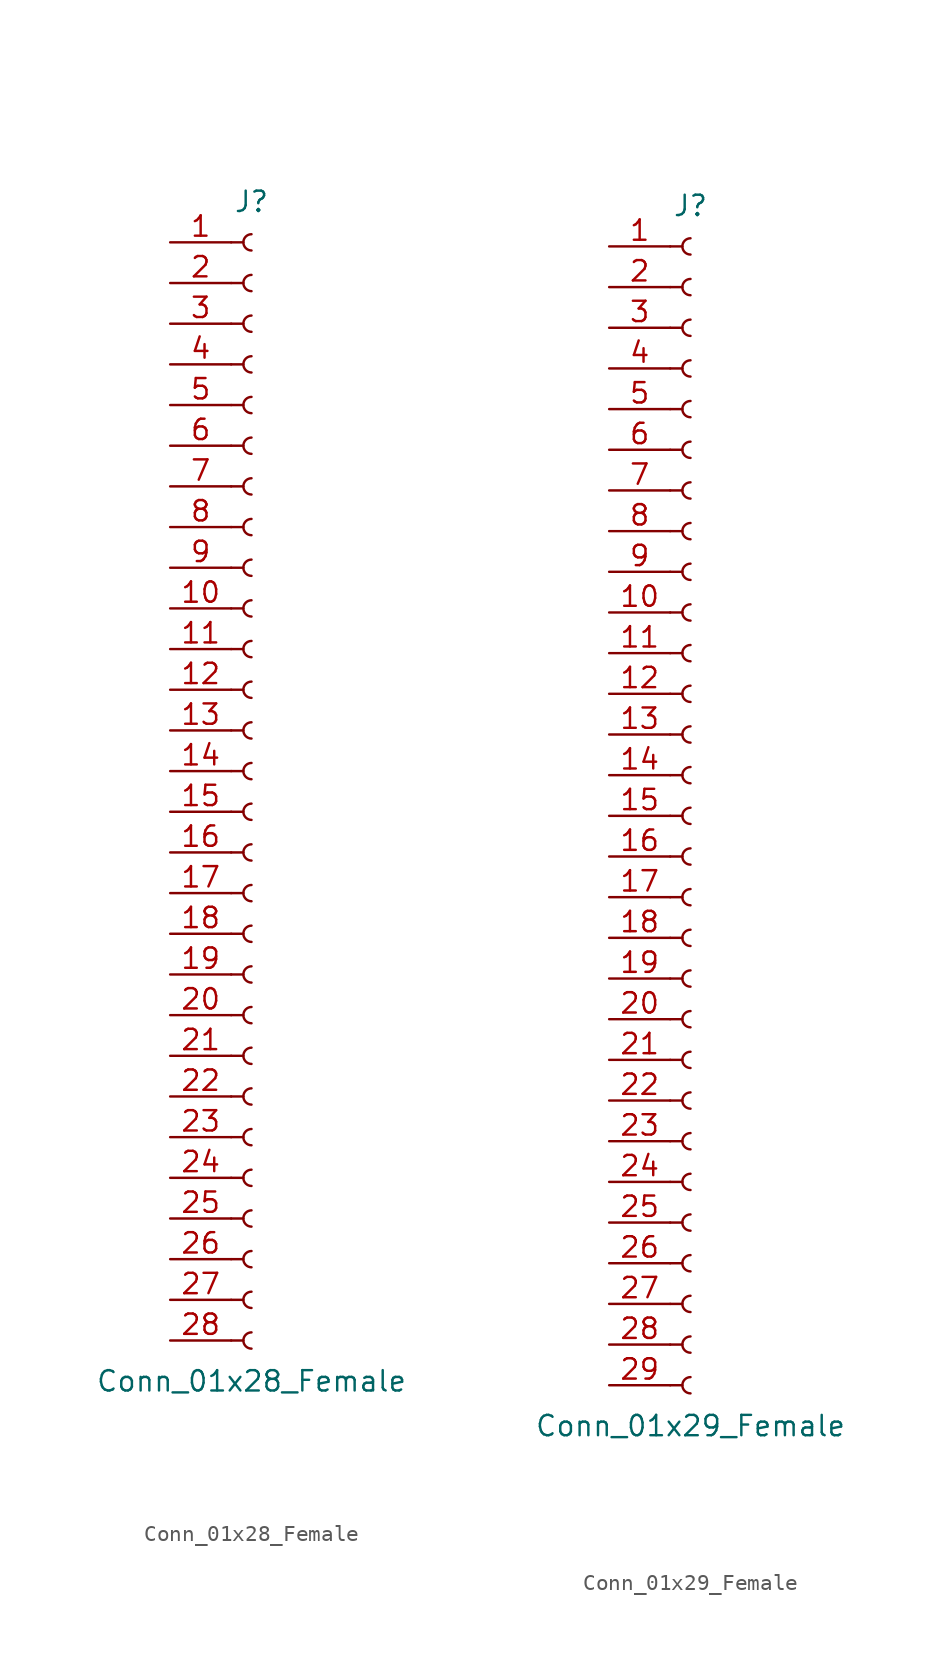
<source format=kicad_sym>
(kicad_symbol_lib
  (version 20211014)
  (generator kicad_symbol_editor)
  (symbol "Conn_01x28_Female"
    (pin_names
      (offset 1.016) hide)
    (property "Reference" "J"
      (at 0 35.56 0)
      (effects (font (size 1.27 1.27))))
    (property "Value" "Conn_01x28_Female"
      (at 0 -38.1 0)
      (effects (font (size 1.27 1.27))))
    (symbol "Conn_01x28_Female_1_1"
      (arc (start 0 -35.052) (mid -0.508 -35.56) (end 0 -36.068) (stroke (width 0.1524) (type default) (color 0 0 0 0)) (fill (type none)))
      (arc (start 0 -32.512) (mid -0.508 -33.02) (end 0 -33.528) (stroke (width 0.1524) (type default) (color 0 0 0 0)) (fill (type none)))
      (arc (start 0 -29.972) (mid -0.508 -30.48) (end 0 -30.988) (stroke (width 0.1524) (type default) (color 0 0 0 0)) (fill (type none)))
      (arc (start 0 -27.432) (mid -0.508 -27.94) (end 0 -28.448) (stroke (width 0.1524) (type default) (color 0 0 0 0)) (fill (type none)))
      (arc (start 0 -24.892) (mid -0.508 -25.4) (end 0 -25.908) (stroke (width 0.1524) (type default) (color 0 0 0 0)) (fill (type none)))
      (arc (start 0 -22.352) (mid -0.508 -22.86) (end 0 -23.368) (stroke (width 0.1524) (type default) (color 0 0 0 0)) (fill (type none)))
      (arc (start 0 -19.812) (mid -0.508 -20.32) (end 0 -20.828) (stroke (width 0.1524) (type default) (color 0 0 0 0)) (fill (type none)))
      (arc (start 0 -17.272) (mid -0.508 -17.78) (end 0 -18.288) (stroke (width 0.1524) (type default) (color 0 0 0 0)) (fill (type none)))
      (arc (start 0 -14.732) (mid -0.508 -15.24) (end 0 -15.748) (stroke (width 0.1524) (type default) (color 0 0 0 0)) (fill (type none)))
      (arc (start 0 -12.192) (mid -0.508 -12.7) (end 0 -13.208) (stroke (width 0.1524) (type default) (color 0 0 0 0)) (fill (type none)))
      (arc (start 0 -9.652) (mid -0.508 -10.16) (end 0 -10.668) (stroke (width 0.1524) (type default) (color 0 0 0 0)) (fill (type none)))
      (arc (start 0 -7.112) (mid -0.508 -7.62) (end 0 -8.128) (stroke (width 0.1524) (type default) (color 0 0 0 0)) (fill (type none)))
      (arc (start 0 -4.572) (mid -0.508 -5.08) (end 0 -5.588) (stroke (width 0.1524) (type default) (color 0 0 0 0)) (fill (type none)))
      (arc (start 0 -2.032) (mid -0.508 -2.54) (end 0 -3.048) (stroke (width 0.1524) (type default) (color 0 0 0 0)) (fill (type none)))
      (polyline (pts (xy -1.27 -35.56) (xy -0.508 -35.56)) (stroke (width 0.152) (type default) (color 0 0 0 0)) (fill (type none)))
      (polyline (pts (xy -1.27 -33.02) (xy -0.508 -33.02)) (stroke (width 0.152) (type default) (color 0 0 0 0)) (fill (type none)))
      (polyline (pts (xy -1.27 -30.48) (xy -0.508 -30.48)) (stroke (width 0.152) (type default) (color 0 0 0 0)) (fill (type none)))
      (polyline (pts (xy -1.27 -27.94) (xy -0.508 -27.94)) (stroke (width 0.152) (type default) (color 0 0 0 0)) (fill (type none)))
      (polyline (pts (xy -1.27 -25.4) (xy -0.508 -25.4)) (stroke (width 0.152) (type default) (color 0 0 0 0)) (fill (type none)))
      (polyline (pts (xy -1.27 -22.86) (xy -0.508 -22.86)) (stroke (width 0.152) (type default) (color 0 0 0 0)) (fill (type none)))
      (polyline (pts (xy -1.27 -20.32) (xy -0.508 -20.32)) (stroke (width 0.152) (type default) (color 0 0 0 0)) (fill (type none)))
      (polyline (pts (xy -1.27 -17.78) (xy -0.508 -17.78)) (stroke (width 0.152) (type default) (color 0 0 0 0)) (fill (type none)))
      (polyline (pts (xy -1.27 -15.24) (xy -0.508 -15.24)) (stroke (width 0.152) (type default) (color 0 0 0 0)) (fill (type none)))
      (polyline (pts (xy -1.27 -12.7) (xy -0.508 -12.7)) (stroke (width 0.152) (type default) (color 0 0 0 0)) (fill (type none)))
      (polyline (pts (xy -1.27 -10.16) (xy -0.508 -10.16)) (stroke (width 0.152) (type default) (color 0 0 0 0)) (fill (type none)))
      (polyline (pts (xy -1.27 -7.62) (xy -0.508 -7.62)) (stroke (width 0.152) (type default) (color 0 0 0 0)) (fill (type none)))
      (polyline (pts (xy -1.27 -5.08) (xy -0.508 -5.08)) (stroke (width 0.152) (type default) (color 0 0 0 0)) (fill (type none)))
      (polyline (pts (xy -1.27 -2.54) (xy -0.508 -2.54)) (stroke (width 0.152) (type default) (color 0 0 0 0)) (fill (type none)))
      (polyline (pts (xy -1.27 0) (xy -0.508 0)) (stroke (width 0.152) (type default) (color 0 0 0 0)) (fill (type none)))
      (polyline (pts (xy -1.27 2.54) (xy -0.508 2.54)) (stroke (width 0.152) (type default) (color 0 0 0 0)) (fill (type none)))
      (polyline (pts (xy -1.27 5.08) (xy -0.508 5.08)) (stroke (width 0.152) (type default) (color 0 0 0 0)) (fill (type none)))
      (polyline (pts (xy -1.27 7.62) (xy -0.508 7.62)) (stroke (width 0.152) (type default) (color 0 0 0 0)) (fill (type none)))
      (polyline (pts (xy -1.27 10.16) (xy -0.508 10.16)) (stroke (width 0.152) (type default) (color 0 0 0 0)) (fill (type none)))
      (polyline (pts (xy -1.27 12.7) (xy -0.508 12.7)) (stroke (width 0.152) (type default) (color 0 0 0 0)) (fill (type none)))
      (polyline (pts (xy -1.27 15.24) (xy -0.508 15.24)) (stroke (width 0.152) (type default) (color 0 0 0 0)) (fill (type none)))
      (polyline (pts (xy -1.27 17.78) (xy -0.508 17.78)) (stroke (width 0.152) (type default) (color 0 0 0 0)) (fill (type none)))
      (polyline (pts (xy -1.27 20.32) (xy -0.508 20.32)) (stroke (width 0.152) (type default) (color 0 0 0 0)) (fill (type none)))
      (polyline (pts (xy -1.27 22.86) (xy -0.508 22.86)) (stroke (width 0.152) (type default) (color 0 0 0 0)) (fill (type none)))
      (polyline (pts (xy -1.27 25.4) (xy -0.508 25.4)) (stroke (width 0.152) (type default) (color 0 0 0 0)) (fill (type none)))
      (polyline (pts (xy -1.27 27.94) (xy -0.508 27.94)) (stroke (width 0.152) (type default) (color 0 0 0 0)) (fill (type none)))
      (polyline (pts (xy -1.27 30.48) (xy -0.508 30.48)) (stroke (width 0.152) (type default) (color 0 0 0 0)) (fill (type none)))
      (polyline (pts (xy -1.27 33.02) (xy -0.508 33.02)) (stroke (width 0.152) (type default) (color 0 0 0 0)) (fill (type none)))
      (arc (start 0 0.508) (mid -0.508 0) (end 0 -0.508) (stroke (width 0.1524) (type default) (color 0 0 0 0)) (fill (type none)))
      (arc (start 0 3.048) (mid -0.508 2.54) (end 0 2.032) (stroke (width 0.1524) (type default) (color 0 0 0 0)) (fill (type none)))
      (arc (start 0 5.588) (mid -0.508 5.08) (end 0 4.572) (stroke (width 0.1524) (type default) (color 0 0 0 0)) (fill (type none)))
      (arc (start 0 8.128) (mid -0.508 7.62) (end 0 7.112) (stroke (width 0.1524) (type default) (color 0 0 0 0)) (fill (type none)))
      (arc (start 0 10.668) (mid -0.508 10.16) (end 0 9.652) (stroke (width 0.1524) (type default) (color 0 0 0 0)) (fill (type none)))
      (arc (start 0 13.208) (mid -0.508 12.7) (end 0 12.192) (stroke (width 0.1524) (type default) (color 0 0 0 0)) (fill (type none)))
      (arc (start 0 15.748) (mid -0.508 15.24) (end 0 14.732) (stroke (width 0.1524) (type default) (color 0 0 0 0)) (fill (type none)))
      (arc (start 0 18.288) (mid -0.508 17.78) (end 0 17.272) (stroke (width 0.1524) (type default) (color 0 0 0 0)) (fill (type none)))
      (arc (start 0 20.828) (mid -0.508 20.32) (end 0 19.812) (stroke (width 0.1524) (type default) (color 0 0 0 0)) (fill (type none)))
      (arc (start 0 23.368) (mid -0.508 22.86) (end 0 22.352) (stroke (width 0.1524) (type default) (color 0 0 0 0)) (fill (type none)))
      (arc (start 0 25.908) (mid -0.508 25.4) (end 0 24.892) (stroke (width 0.1524) (type default) (color 0 0 0 0)) (fill (type none)))
      (arc (start 0 28.448) (mid -0.508 27.94) (end 0 27.432) (stroke (width 0.1524) (type default) (color 0 0 0 0)) (fill (type none)))
      (arc (start 0 30.988) (mid -0.508 30.48) (end 0 29.972) (stroke (width 0.1524) (type default) (color 0 0 0 0)) (fill (type none)))
      (arc (start 0 33.528) (mid -0.508 33.02) (end 0 32.512) (stroke (width 0.1524) (type default) (color 0 0 0 0)) (fill (type none)))
      (pin passive line (at -5.08 33.02 0) (length 3.81) (name "Pin_1" (effects (font (size 1.27 1.27)))) (number "1" (effects (font (size 1.27 1.27)))))
      (pin passive line (at -5.08 10.16 0) (length 3.81) (name "Pin_10" (effects (font (size 1.27 1.27)))) (number "10" (effects (font (size 1.27 1.27)))))
      (pin passive line (at -5.08 7.62 0) (length 3.81) (name "Pin_11" (effects (font (size 1.27 1.27)))) (number "11" (effects (font (size 1.27 1.27)))))
      (pin passive line (at -5.08 5.08 0) (length 3.81) (name "Pin_12" (effects (font (size 1.27 1.27)))) (number "12" (effects (font (size 1.27 1.27)))))
      (pin passive line (at -5.08 2.54 0) (length 3.81) (name "Pin_13" (effects (font (size 1.27 1.27)))) (number "13" (effects (font (size 1.27 1.27)))))
      (pin passive line (at -5.08 0 0) (length 3.81) (name "Pin_14" (effects (font (size 1.27 1.27)))) (number "14" (effects (font (size 1.27 1.27)))))
      (pin passive line (at -5.08 -2.54 0) (length 3.81) (name "Pin_15" (effects (font (size 1.27 1.27)))) (number "15" (effects (font (size 1.27 1.27)))))
      (pin passive line (at -5.08 -5.08 0) (length 3.81) (name "Pin_16" (effects (font (size 1.27 1.27)))) (number "16" (effects (font (size 1.27 1.27)))))
      (pin passive line (at -5.08 -7.62 0) (length 3.81) (name "Pin_17" (effects (font (size 1.27 1.27)))) (number "17" (effects (font (size 1.27 1.27)))))
      (pin passive line (at -5.08 -10.16 0) (length 3.81) (name "Pin_18" (effects (font (size 1.27 1.27)))) (number "18" (effects (font (size 1.27 1.27)))))
      (pin passive line (at -5.08 -12.7 0) (length 3.81) (name "Pin_19" (effects (font (size 1.27 1.27)))) (number "19" (effects (font (size 1.27 1.27)))))
      (pin passive line (at -5.08 30.48 0) (length 3.81) (name "Pin_2" (effects (font (size 1.27 1.27)))) (number "2" (effects (font (size 1.27 1.27)))))
      (pin passive line (at -5.08 -15.24 0) (length 3.81) (name "Pin_20" (effects (font (size 1.27 1.27)))) (number "20" (effects (font (size 1.27 1.27)))))
      (pin passive line (at -5.08 -17.78 0) (length 3.81) (name "Pin_21" (effects (font (size 1.27 1.27)))) (number "21" (effects (font (size 1.27 1.27)))))
      (pin passive line (at -5.08 -20.32 0) (length 3.81) (name "Pin_22" (effects (font (size 1.27 1.27)))) (number "22" (effects (font (size 1.27 1.27)))))
      (pin passive line (at -5.08 -22.86 0) (length 3.81) (name "Pin_23" (effects (font (size 1.27 1.27)))) (number "23" (effects (font (size 1.27 1.27)))))
      (pin passive line (at -5.08 -25.4 0) (length 3.81) (name "Pin_24" (effects (font (size 1.27 1.27)))) (number "24" (effects (font (size 1.27 1.27)))))
      (pin passive line (at -5.08 -27.94 0) (length 3.81) (name "Pin_25" (effects (font (size 1.27 1.27)))) (number "25" (effects (font (size 1.27 1.27)))))
      (pin passive line (at -5.08 -30.48 0) (length 3.81) (name "Pin_26" (effects (font (size 1.27 1.27)))) (number "26" (effects (font (size 1.27 1.27)))))
      (pin passive line (at -5.08 -33.02 0) (length 3.81) (name "Pin_27" (effects (font (size 1.27 1.27)))) (number "27" (effects (font (size 1.27 1.27)))))
      (pin passive line (at -5.08 -35.56 0) (length 3.81) (name "Pin_28" (effects (font (size 1.27 1.27)))) (number "28" (effects (font (size 1.27 1.27)))))
      (pin passive line (at -5.08 27.94 0) (length 3.81) (name "Pin_3" (effects (font (size 1.27 1.27)))) (number "3" (effects (font (size 1.27 1.27)))))
      (pin passive line (at -5.08 25.4 0) (length 3.81) (name "Pin_4" (effects (font (size 1.27 1.27)))) (number "4" (effects (font (size 1.27 1.27)))))
      (pin passive line (at -5.08 22.86 0) (length 3.81) (name "Pin_5" (effects (font (size 1.27 1.27)))) (number "5" (effects (font (size 1.27 1.27)))))
      (pin passive line (at -5.08 20.32 0) (length 3.81) (name "Pin_6" (effects (font (size 1.27 1.27)))) (number "6" (effects (font (size 1.27 1.27)))))
      (pin passive line (at -5.08 17.78 0) (length 3.81) (name "Pin_7" (effects (font (size 1.27 1.27)))) (number "7" (effects (font (size 1.27 1.27)))))
      (pin passive line (at -5.08 15.24 0) (length 3.81) (name "Pin_8" (effects (font (size 1.27 1.27)))) (number "8" (effects (font (size 1.27 1.27)))))
      (pin passive line (at -5.08 12.7 0) (length 3.81) (name "Pin_9" (effects (font (size 1.27 1.27)))) (number "9" (effects (font (size 1.27 1.27)))))))
  (symbol "Conn_01x29_Female"
    (pin_names
      (offset 1.016) hide)
    (property "Reference" "J"
      (at 0 38.1 0)
      (effects (font (size 1.27 1.27))))
    (property "Value" "Conn_01x29_Female"
      (at 0 -38.1 0)
      (effects (font (size 1.27 1.27))))
    (symbol "Conn_01x29_Female_1_1"
      (arc (start 0 -35.052) (mid -0.508 -35.56) (end 0 -36.068) (stroke (width 0.1524) (type default) (color 0 0 0 0)) (fill (type none)))
      (arc (start 0 -32.512) (mid -0.508 -33.02) (end 0 -33.528) (stroke (width 0.1524) (type default) (color 0 0 0 0)) (fill (type none)))
      (arc (start 0 -29.972) (mid -0.508 -30.48) (end 0 -30.988) (stroke (width 0.1524) (type default) (color 0 0 0 0)) (fill (type none)))
      (arc (start 0 -27.432) (mid -0.508 -27.94) (end 0 -28.448) (stroke (width 0.1524) (type default) (color 0 0 0 0)) (fill (type none)))
      (arc (start 0 -24.892) (mid -0.508 -25.4) (end 0 -25.908) (stroke (width 0.1524) (type default) (color 0 0 0 0)) (fill (type none)))
      (arc (start 0 -22.352) (mid -0.508 -22.86) (end 0 -23.368) (stroke (width 0.1524) (type default) (color 0 0 0 0)) (fill (type none)))
      (arc (start 0 -19.812) (mid -0.508 -20.32) (end 0 -20.828) (stroke (width 0.1524) (type default) (color 0 0 0 0)) (fill (type none)))
      (arc (start 0 -17.272) (mid -0.508 -17.78) (end 0 -18.288) (stroke (width 0.1524) (type default) (color 0 0 0 0)) (fill (type none)))
      (arc (start 0 -14.732) (mid -0.508 -15.24) (end 0 -15.748) (stroke (width 0.1524) (type default) (color 0 0 0 0)) (fill (type none)))
      (arc (start 0 -12.192) (mid -0.508 -12.7) (end 0 -13.208) (stroke (width 0.1524) (type default) (color 0 0 0 0)) (fill (type none)))
      (arc (start 0 -9.652) (mid -0.508 -10.16) (end 0 -10.668) (stroke (width 0.1524) (type default) (color 0 0 0 0)) (fill (type none)))
      (arc (start 0 -7.112) (mid -0.508 -7.62) (end 0 -8.128) (stroke (width 0.1524) (type default) (color 0 0 0 0)) (fill (type none)))
      (arc (start 0 -4.572) (mid -0.508 -5.08) (end 0 -5.588) (stroke (width 0.1524) (type default) (color 0 0 0 0)) (fill (type none)))
      (arc (start 0 -2.032) (mid -0.508 -2.54) (end 0 -3.048) (stroke (width 0.1524) (type default) (color 0 0 0 0)) (fill (type none)))
      (polyline (pts (xy -1.27 -35.56) (xy -0.508 -35.56)) (stroke (width 0.152) (type default) (color 0 0 0 0)) (fill (type none)))
      (polyline (pts (xy -1.27 -33.02) (xy -0.508 -33.02)) (stroke (width 0.152) (type default) (color 0 0 0 0)) (fill (type none)))
      (polyline (pts (xy -1.27 -30.48) (xy -0.508 -30.48)) (stroke (width 0.152) (type default) (color 0 0 0 0)) (fill (type none)))
      (polyline (pts (xy -1.27 -27.94) (xy -0.508 -27.94)) (stroke (width 0.152) (type default) (color 0 0 0 0)) (fill (type none)))
      (polyline (pts (xy -1.27 -25.4) (xy -0.508 -25.4)) (stroke (width 0.152) (type default) (color 0 0 0 0)) (fill (type none)))
      (polyline (pts (xy -1.27 -22.86) (xy -0.508 -22.86)) (stroke (width 0.152) (type default) (color 0 0 0 0)) (fill (type none)))
      (polyline (pts (xy -1.27 -20.32) (xy -0.508 -20.32)) (stroke (width 0.152) (type default) (color 0 0 0 0)) (fill (type none)))
      (polyline (pts (xy -1.27 -17.78) (xy -0.508 -17.78)) (stroke (width 0.152) (type default) (color 0 0 0 0)) (fill (type none)))
      (polyline (pts (xy -1.27 -15.24) (xy -0.508 -15.24)) (stroke (width 0.152) (type default) (color 0 0 0 0)) (fill (type none)))
      (polyline (pts (xy -1.27 -12.7) (xy -0.508 -12.7)) (stroke (width 0.152) (type default) (color 0 0 0 0)) (fill (type none)))
      (polyline (pts (xy -1.27 -10.16) (xy -0.508 -10.16)) (stroke (width 0.152) (type default) (color 0 0 0 0)) (fill (type none)))
      (polyline (pts (xy -1.27 -7.62) (xy -0.508 -7.62)) (stroke (width 0.152) (type default) (color 0 0 0 0)) (fill (type none)))
      (polyline (pts (xy -1.27 -5.08) (xy -0.508 -5.08)) (stroke (width 0.152) (type default) (color 0 0 0 0)) (fill (type none)))
      (polyline (pts (xy -1.27 -2.54) (xy -0.508 -2.54)) (stroke (width 0.152) (type default) (color 0 0 0 0)) (fill (type none)))
      (polyline (pts (xy -1.27 0) (xy -0.508 0)) (stroke (width 0.152) (type default) (color 0 0 0 0)) (fill (type none)))
      (polyline (pts (xy -1.27 2.54) (xy -0.508 2.54)) (stroke (width 0.152) (type default) (color 0 0 0 0)) (fill (type none)))
      (polyline (pts (xy -1.27 5.08) (xy -0.508 5.08)) (stroke (width 0.152) (type default) (color 0 0 0 0)) (fill (type none)))
      (polyline (pts (xy -1.27 7.62) (xy -0.508 7.62)) (stroke (width 0.152) (type default) (color 0 0 0 0)) (fill (type none)))
      (polyline (pts (xy -1.27 10.16) (xy -0.508 10.16)) (stroke (width 0.152) (type default) (color 0 0 0 0)) (fill (type none)))
      (polyline (pts (xy -1.27 12.7) (xy -0.508 12.7)) (stroke (width 0.152) (type default) (color 0 0 0 0)) (fill (type none)))
      (polyline (pts (xy -1.27 15.24) (xy -0.508 15.24)) (stroke (width 0.152) (type default) (color 0 0 0 0)) (fill (type none)))
      (polyline (pts (xy -1.27 17.78) (xy -0.508 17.78)) (stroke (width 0.152) (type default) (color 0 0 0 0)) (fill (type none)))
      (polyline (pts (xy -1.27 20.32) (xy -0.508 20.32)) (stroke (width 0.152) (type default) (color 0 0 0 0)) (fill (type none)))
      (polyline (pts (xy -1.27 22.86) (xy -0.508 22.86)) (stroke (width 0.152) (type default) (color 0 0 0 0)) (fill (type none)))
      (polyline (pts (xy -1.27 25.4) (xy -0.508 25.4)) (stroke (width 0.152) (type default) (color 0 0 0 0)) (fill (type none)))
      (polyline (pts (xy -1.27 27.94) (xy -0.508 27.94)) (stroke (width 0.152) (type default) (color 0 0 0 0)) (fill (type none)))
      (polyline (pts (xy -1.27 30.48) (xy -0.508 30.48)) (stroke (width 0.152) (type default) (color 0 0 0 0)) (fill (type none)))
      (polyline (pts (xy -1.27 33.02) (xy -0.508 33.02)) (stroke (width 0.152) (type default) (color 0 0 0 0)) (fill (type none)))
      (polyline (pts (xy -1.27 35.56) (xy -0.508 35.56)) (stroke (width 0.152) (type default) (color 0 0 0 0)) (fill (type none)))
      (arc (start 0 0.508) (mid -0.508 0) (end 0 -0.508) (stroke (width 0.1524) (type default) (color 0 0 0 0)) (fill (type none)))
      (arc (start 0 3.048) (mid -0.508 2.54) (end 0 2.032) (stroke (width 0.1524) (type default) (color 0 0 0 0)) (fill (type none)))
      (arc (start 0 5.588) (mid -0.508 5.08) (end 0 4.572) (stroke (width 0.1524) (type default) (color 0 0 0 0)) (fill (type none)))
      (arc (start 0 8.128) (mid -0.508 7.62) (end 0 7.112) (stroke (width 0.1524) (type default) (color 0 0 0 0)) (fill (type none)))
      (arc (start 0 10.668) (mid -0.508 10.16) (end 0 9.652) (stroke (width 0.1524) (type default) (color 0 0 0 0)) (fill (type none)))
      (arc (start 0 13.208) (mid -0.508 12.7) (end 0 12.192) (stroke (width 0.1524) (type default) (color 0 0 0 0)) (fill (type none)))
      (arc (start 0 15.748) (mid -0.508 15.24) (end 0 14.732) (stroke (width 0.1524) (type default) (color 0 0 0 0)) (fill (type none)))
      (arc (start 0 18.288) (mid -0.508 17.78) (end 0 17.272) (stroke (width 0.1524) (type default) (color 0 0 0 0)) (fill (type none)))
      (arc (start 0 20.828) (mid -0.508 20.32) (end 0 19.812) (stroke (width 0.1524) (type default) (color 0 0 0 0)) (fill (type none)))
      (arc (start 0 23.368) (mid -0.508 22.86) (end 0 22.352) (stroke (width 0.1524) (type default) (color 0 0 0 0)) (fill (type none)))
      (arc (start 0 25.908) (mid -0.508 25.4) (end 0 24.892) (stroke (width 0.1524) (type default) (color 0 0 0 0)) (fill (type none)))
      (arc (start 0 28.448) (mid -0.508 27.94) (end 0 27.432) (stroke (width 0.1524) (type default) (color 0 0 0 0)) (fill (type none)))
      (arc (start 0 30.988) (mid -0.508 30.48) (end 0 29.972) (stroke (width 0.1524) (type default) (color 0 0 0 0)) (fill (type none)))
      (arc (start 0 33.528) (mid -0.508 33.02) (end 0 32.512) (stroke (width 0.1524) (type default) (color 0 0 0 0)) (fill (type none)))
      (arc (start 0 36.068) (mid -0.508 35.56) (end 0 35.052) (stroke (width 0.1524) (type default) (color 0 0 0 0)) (fill (type none)))
      (pin passive line (at -5.08 35.56 0) (length 3.81) (name "Pin_1" (effects (font (size 1.27 1.27)))) (number "1" (effects (font (size 1.27 1.27)))))
      (pin passive line (at -5.08 12.7 0) (length 3.81) (name "Pin_10" (effects (font (size 1.27 1.27)))) (number "10" (effects (font (size 1.27 1.27)))))
      (pin passive line (at -5.08 10.16 0) (length 3.81) (name "Pin_11" (effects (font (size 1.27 1.27)))) (number "11" (effects (font (size 1.27 1.27)))))
      (pin passive line (at -5.08 7.62 0) (length 3.81) (name "Pin_12" (effects (font (size 1.27 1.27)))) (number "12" (effects (font (size 1.27 1.27)))))
      (pin passive line (at -5.08 5.08 0) (length 3.81) (name "Pin_13" (effects (font (size 1.27 1.27)))) (number "13" (effects (font (size 1.27 1.27)))))
      (pin passive line (at -5.08 2.54 0) (length 3.81) (name "Pin_14" (effects (font (size 1.27 1.27)))) (number "14" (effects (font (size 1.27 1.27)))))
      (pin passive line (at -5.08 0 0) (length 3.81) (name "Pin_15" (effects (font (size 1.27 1.27)))) (number "15" (effects (font (size 1.27 1.27)))))
      (pin passive line (at -5.08 -2.54 0) (length 3.81) (name "Pin_16" (effects (font (size 1.27 1.27)))) (number "16" (effects (font (size 1.27 1.27)))))
      (pin passive line (at -5.08 -5.08 0) (length 3.81) (name "Pin_17" (effects (font (size 1.27 1.27)))) (number "17" (effects (font (size 1.27 1.27)))))
      (pin passive line (at -5.08 -7.62 0) (length 3.81) (name "Pin_18" (effects (font (size 1.27 1.27)))) (number "18" (effects (font (size 1.27 1.27)))))
      (pin passive line (at -5.08 -10.16 0) (length 3.81) (name "Pin_19" (effects (font (size 1.27 1.27)))) (number "19" (effects (font (size 1.27 1.27)))))
      (pin passive line (at -5.08 33.02 0) (length 3.81) (name "Pin_2" (effects (font (size 1.27 1.27)))) (number "2" (effects (font (size 1.27 1.27)))))
      (pin passive line (at -5.08 -12.7 0) (length 3.81) (name "Pin_20" (effects (font (size 1.27 1.27)))) (number "20" (effects (font (size 1.27 1.27)))))
      (pin passive line (at -5.08 -15.24 0) (length 3.81) (name "Pin_21" (effects (font (size 1.27 1.27)))) (number "21" (effects (font (size 1.27 1.27)))))
      (pin passive line (at -5.08 -17.78 0) (length 3.81) (name "Pin_22" (effects (font (size 1.27 1.27)))) (number "22" (effects (font (size 1.27 1.27)))))
      (pin passive line (at -5.08 -20.32 0) (length 3.81) (name "Pin_23" (effects (font (size 1.27 1.27)))) (number "23" (effects (font (size 1.27 1.27)))))
      (pin passive line (at -5.08 -22.86 0) (length 3.81) (name "Pin_24" (effects (font (size 1.27 1.27)))) (number "24" (effects (font (size 1.27 1.27)))))
      (pin passive line (at -5.08 -25.4 0) (length 3.81) (name "Pin_25" (effects (font (size 1.27 1.27)))) (number "25" (effects (font (size 1.27 1.27)))))
      (pin passive line (at -5.08 -27.94 0) (length 3.81) (name "Pin_26" (effects (font (size 1.27 1.27)))) (number "26" (effects (font (size 1.27 1.27)))))
      (pin passive line (at -5.08 -30.48 0) (length 3.81) (name "Pin_27" (effects (font (size 1.27 1.27)))) (number "27" (effects (font (size 1.27 1.27)))))
      (pin passive line (at -5.08 -33.02 0) (length 3.81) (name "Pin_28" (effects (font (size 1.27 1.27)))) (number "28" (effects (font (size 1.27 1.27)))))
      (pin passive line (at -5.08 -35.56 0) (length 3.81) (name "Pin_29" (effects (font (size 1.27 1.27)))) (number "29" (effects (font (size 1.27 1.27)))))
      (pin passive line (at -5.08 30.48 0) (length 3.81) (name "Pin_3" (effects (font (size 1.27 1.27)))) (number "3" (effects (font (size 1.27 1.27)))))
      (pin passive line (at -5.08 27.94 0) (length 3.81) (name "Pin_4" (effects (font (size 1.27 1.27)))) (number "4" (effects (font (size 1.27 1.27)))))
      (pin passive line (at -5.08 25.4 0) (length 3.81) (name "Pin_5" (effects (font (size 1.27 1.27)))) (number "5" (effects (font (size 1.27 1.27)))))
      (pin passive line (at -5.08 22.86 0) (length 3.81) (name "Pin_6" (effects (font (size 1.27 1.27)))) (number "6" (effects (font (size 1.27 1.27)))))
      (pin passive line (at -5.08 20.32 0) (length 3.81) (name "Pin_7" (effects (font (size 1.27 1.27)))) (number "7" (effects (font (size 1.27 1.27)))))
      (pin passive line (at -5.08 17.78 0) (length 3.81) (name "Pin_8" (effects (font (size 1.27 1.27)))) (number "8" (effects (font (size 1.27 1.27)))))
      (pin passive line (at -5.08 15.24 0) (length 3.81) (name "Pin_9" (effects (font (size 1.27 1.27)))) (number "9" (effects (font (size 1.27 1.27))))))))
</source>
